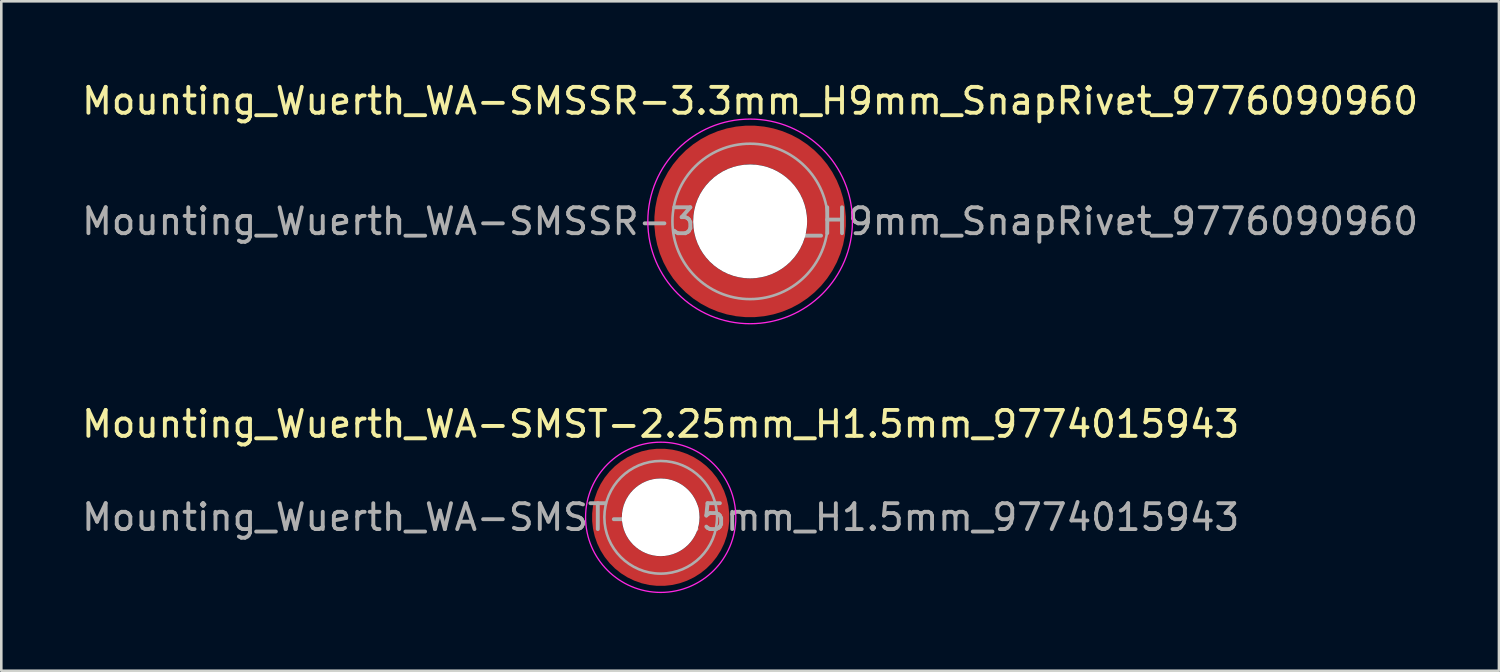
<source format=kicad_pcb>
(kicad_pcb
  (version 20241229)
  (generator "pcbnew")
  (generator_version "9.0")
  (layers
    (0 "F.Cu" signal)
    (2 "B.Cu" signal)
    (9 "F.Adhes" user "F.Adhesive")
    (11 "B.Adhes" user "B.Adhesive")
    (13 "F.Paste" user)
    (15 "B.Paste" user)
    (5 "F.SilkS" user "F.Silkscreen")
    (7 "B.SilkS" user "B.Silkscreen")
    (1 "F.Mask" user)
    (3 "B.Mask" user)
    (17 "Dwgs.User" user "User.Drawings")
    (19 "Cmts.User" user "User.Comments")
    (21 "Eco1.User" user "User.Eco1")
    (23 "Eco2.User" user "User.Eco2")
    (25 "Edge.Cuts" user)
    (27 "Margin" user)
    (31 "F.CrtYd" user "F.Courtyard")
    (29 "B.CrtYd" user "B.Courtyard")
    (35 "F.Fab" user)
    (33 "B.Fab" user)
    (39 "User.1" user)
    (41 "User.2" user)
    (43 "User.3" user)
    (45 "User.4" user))
  (footprint "Mounting_Wuerth_WA-SMST-2.25mm_H1.5mm_9774015943"
    (layer "F.Cu")
    (at 22.458 16.922)
    (property "Reference" "Mounting_Wuerth_WA-SMST-2.25mm_H1.5mm_9774015943" (at 0 -3.6 0) (layer "F.SilkS") (effects (font (size 1 1) (thickness 0.15))))
    (property "Mouser Part no." "" (at 0 0 0) (layer "F.Fab") (effects (font (size 1.27 1.27) (thickness 0.15))))
    (property "Mouser link" "" (at 0 0 0) (layer "F.Fab") (effects (font (size 1.27 1.27) (thickness 0.15))))
    (attr smd)
    (fp_circle (center 0 0) (end 2.9 0) (stroke (width 0.05) (type solid)) (fill no) (layer "F.CrtYd"))
    (fp_circle (center 0 0) (end 2.175 0) (stroke (width 0.1) (type solid)) (fill no) (layer "F.Fab"))
    (fp_text user "${REFERENCE}" (at 0 0 0) (layer "F.Fab") (effects (font (size 1 1) (thickness 0.15))))
    (pad "" smd custom (at -1.453 -1.453) (size 0.61 0.61) (layers "F.Paste") (options (anchor circle)) (primitives (gr_arc (start -0.147677 1.053104) (mid 0.285964 0.286792) (end 1.051968 -0.147393) (width 0.2)) (gr_arc (start -0.240295 1.053104) (mid 0.22253 0.222946) (end 1.052531 -0.24016) (width 0.2)) (gr_arc (start -0.332645 1.053104) (mid 0.158548 0.15965) (end 1.051583 -0.332304) (width 0.2)) (gr_arc (start -0.424767 1.053104) (mid 0.09486 0.096059) (end 1.051446 -0.424413) (width 0.2)) (gr_arc (start -0.516693 1.053104) (mid 0.031293 0.032346) (end 1.051645 -0.516396) (width 0.2)) (gr_arc (start -0.608448 1.053104) (mid -0.032323 -0.031316) (end 1.051707 -0.608176) (width 0.2)) (gr_arc (start -0.700056 1.053104) (mid -0.09616 -0.094758) (end 1.051155 -0.699693) (width 0.2)) (gr_arc (start -0.791534 1.053104) (mid -0.160388 -0.15781) (end 1.049515 -0.790891) (width 0.2)) (gr_arc (start -0.882896 1.053104) (mid -0.223713 -0.221764) (end 1.050388 -0.882429) (width 0.2)) (gr_arc (start -0.974157 1.053104) (mid -0.287654 -0.285101) (end 1.049541 -0.973567) (width 0.2)) (gr_line (start 1.053 -0.148) (end 1.053 -0.974) (width 0.2)) (gr_line (start -0.148 1.053) (end -0.974 1.053) (width 0.2))))
    (pad "" smd custom (at -1.453 1.453) (size 0.61 0.61) (layers "F.Paste") (options (anchor circle)) (primitives (gr_arc (start 1.053104 0.147677) (mid 0.286792 -0.285964) (end -0.147393 -1.051968) (width 0.2)) (gr_arc (start 1.053104 0.240295) (mid 0.222946 -0.22253) (end -0.24016 -1.052531) (width 0.2)) (gr_arc (start 1.053104 0.332645) (mid 0.15965 -0.158548) (end -0.332304 -1.051583) (width 0.2)) (gr_arc (start 1.053104 0.424767) (mid 0.096059 -0.09486) (end -0.424413 -1.051446) (width 0.2)) (gr_arc (start 1.053104 0.516693) (mid 0.032346 -0.031293) (end -0.516396 -1.051645) (width 0.2)) (gr_arc (start 1.053104 0.608448) (mid -0.031316 0.032323) (end -0.608176 -1.051707) (width 0.2)) (gr_arc (start 1.053104 0.700056) (mid -0.094758 0.09616) (end -0.699693 -1.051155) (width 0.2)) (gr_arc (start 1.053104 0.791534) (mid -0.15781 0.160388) (end -0.790891 -1.049515) (width 0.2)) (gr_arc (start 1.053104 0.882896) (mid -0.221764 0.223713) (end -0.882429 -1.050388) (width 0.2)) (gr_arc (start 1.053104 0.974157) (mid -0.285101 0.287654) (end -0.973567 -1.049541) (width 0.2)) (gr_line (start -0.148 -1.053) (end -0.974 -1.053) (width 0.2)) (gr_line (start 1.053 0.148) (end 1.053 0.974) (width 0.2))))
    (pad "" np_thru_hole circle (at 0 0) (size 3 3) (drill 3) (layers "*.Cu" "*.Mask"))
    (pad "" smd custom (at 1.453 -1.453) (size 0.61 0.61) (layers "F.Paste") (options (anchor circle)) (primitives (gr_arc (start -1.053104 -0.147677) (mid -0.286792 0.285964) (end 0.147393 1.051968) (width 0.2)) (gr_arc (start -1.053104 -0.240295) (mid -0.222946 0.22253) (end 0.24016 1.052531) (width 0.2)) (gr_arc (start -1.053104 -0.332645) (mid -0.15965 0.158548) (end 0.332304 1.051583) (width 0.2)) (gr_arc (start -1.053104 -0.424767) (mid -0.096059 0.09486) (end 0.424413 1.051446) (width 0.2)) (gr_arc (start -1.053104 -0.516693) (mid -0.032346 0.031293) (end 0.516396 1.051645) (width 0.2)) (gr_arc (start -1.053104 -0.608448) (mid 0.031316 -0.032323) (end 0.608176 1.051707) (width 0.2)) (gr_arc (start -1.053104 -0.700056) (mid 0.094758 -0.09616) (end 0.699693 1.051155) (width 0.2)) (gr_arc (start -1.053104 -0.791534) (mid 0.15781 -0.160388) (end 0.790891 1.049515) (width 0.2)) (gr_arc (start -1.053104 -0.882896) (mid 0.221764 -0.223713) (end 0.882429 1.050388) (width 0.2)) (gr_arc (start -1.053104 -0.974157) (mid 0.285101 -0.287654) (end 0.973567 1.049541) (width 0.2)) (gr_line (start 0.148 1.053) (end 0.974 1.053) (width 0.2)) (gr_line (start -1.053 -0.148) (end -1.053 -0.974) (width 0.2))))
    (pad "" smd custom (at 1.453 1.453) (size 0.61 0.61) (layers "F.Paste") (options (anchor circle)) (primitives (gr_arc (start 0.147677 -1.053104) (mid -0.285964 -0.286792) (end -1.051968 0.147393) (width 0.2)) (gr_arc (start 0.240295 -1.053104) (mid -0.22253 -0.222946) (end -1.052531 0.24016) (width 0.2)) (gr_arc (start 0.332645 -1.053104) (mid -0.158548 -0.15965) (end -1.051583 0.332304) (width 0.2)) (gr_arc (start 0.424767 -1.053104) (mid -0.09486 -0.096059) (end -1.051446 0.424413) (width 0.2)) (gr_arc (start 0.516693 -1.053104) (mid -0.031293 -0.032346) (end -1.051645 0.516396) (width 0.2)) (gr_arc (start 0.608448 -1.053104) (mid 0.032323 0.031316) (end -1.051707 0.608176) (width 0.2)) (gr_arc (start 0.700056 -1.053104) (mid 0.09616 0.094758) (end -1.051155 0.699693) (width 0.2)) (gr_arc (start 0.791534 -1.053104) (mid 0.160388 0.15781) (end -1.049515 0.790891) (width 0.2)) (gr_arc (start 0.882896 -1.053104) (mid 0.223713 0.221764) (end -1.050388 0.882429) (width 0.2)) (gr_arc (start 0.974157 -1.053104) (mid 0.287654 0.285101) (end -1.049541 0.973567) (width 0.2)) (gr_line (start -1.053 0.148) (end -1.053 0.974) (width 0.2)) (gr_line (start 0.148 -1.053) (end 0.974 -1.053) (width 0.2))))
    (pad "1" smd circle (at -2.075 0) (size 0.75 0.75) (layers "F.Cu"))
    (pad "1" smd circle (at 0 -2.075) (size 0.75 0.75) (layers "F.Cu"))
    (pad "1" smd circle (at 0 2.075) (size 0.75 0.75) (layers "F.Cu"))
    (pad "1" smd custom (at 2.075 0) (size 0.75 0.75) (layers "F.Cu" "F.Mask") (options (anchor circle)) (primitives (gr_circle (center -2.075 0) (end 0 0) (width 1.15) (fill no)))))
  (footprint "Mounting_Wuerth_WA-SMSSR-3.3mm_H9mm_SnapRivet_9776090960"
    (layer "F.Cu")
    (at 25.911 5.498)
    (property "Reference" "Mounting_Wuerth_WA-SMSSR-3.3mm_H9mm_SnapRivet_9776090960" (at 0 -4.65 0) (layer "F.SilkS") (effects (font (size 1 1) (thickness 0.15))))
    (property "Mouser Part no." "" (at 0 0 0) (layer "F.Fab") (effects (font (size 1.27 1.27) (thickness 0.15))))
    (property "Mouser link" "" (at 0 0 0) (layer "F.Fab") (effects (font (size 1.27 1.27) (thickness 0.15))))
    (attr smd)
    (fp_circle (center 0 0) (end 3.95 0) (stroke (width 0.05) (type solid)) (fill no) (layer "F.CrtYd"))
    (fp_circle (center 0 0) (end 3 0) (stroke (width 0.1) (type solid)) (fill no) (layer "F.Fab"))
    (fp_text user "${REFERENCE}" (at 0 0 0) (layer "F.Fab") (effects (font (size 1 1) (thickness 0.15))))
    (pad "" smd custom (at -2.077 -2.077) (size 0.995 0.995) (layers "F.Paste") (options (anchor circle)) (primitives (gr_arc (start -0.208831 1.577126) (mid 0.422144 0.422848) (end 1.576154 -0.208618) (width 0.2)) (gr_arc (start -0.310669 1.577126) (mid 0.35138 0.352781) (end 1.575188 -0.310262) (width 0.2)) (gr_arc (start -0.412325 1.577126) (mid 0.280305 0.283024) (end 1.573357 -0.411565) (width 0.2)) (gr_arc (start -0.51382 1.577126) (mid 0.210358 0.212139) (end 1.574653 -0.513342) (width 0.2)) (gr_arc (start -0.615172 1.577126) (mid 0.139846 0.141818) (end 1.574384 -0.614661) (width 0.2)) (gr_arc (start -0.716397 1.577126) (mid 0.070334 0.070498) (end 1.576898 -0.716356) (width 0.2)) (gr_arc (start -0.817508 1.577126) (mid -0.001805 0.001806) (end 1.572094 -0.816634) (width 0.2)) (gr_arc (start -0.918517 1.577126) (mid -0.071322 -0.06951) (end 1.574599 -0.918094) (width 0.2)) (gr_arc (start -1.019433 1.577126) (mid -0.141902 -0.139762) (end 1.574138 -1.018949) (width 0.2)) (gr_arc (start -1.120266 1.577126) (mid -0.211736 -0.210761) (end 1.575763 -1.120053) (width 0.2)) (gr_arc (start -1.221022 1.577126) (mid -0.282882 -0.280446) (end 1.57372 -1.220504) (width 0.2)) (gr_arc (start -1.32171 1.577126) (mid -0.353407 -0.350753) (end 1.573414 -1.321162) (width 0.2)) (gr_arc (start -1.422335 1.577126) (mid -0.423311 -0.421682) (end 1.574846 -1.422009) (width 0.2)) (gr_line (start 1.577 -0.209) (end 1.577 -1.422) (width 0.2)) (gr_line (start -0.209 1.577) (end -1.422 1.577) (width 0.2))))
    (pad "" smd custom (at -2.077 2.077) (size 0.995 0.995) (layers "F.Paste") (options (anchor circle)) (primitives (gr_arc (start 1.577126 0.208831) (mid 0.422848 -0.422144) (end -0.208618 -1.576154) (width 0.2)) (gr_arc (start 1.577126 0.310669) (mid 0.352781 -0.35138) (end -0.310262 -1.575188) (width 0.2)) (gr_arc (start 1.577126 0.412325) (mid 0.283024 -0.280305) (end -0.411565 -1.573357) (width 0.2)) (gr_arc (start 1.577126 0.51382) (mid 0.212139 -0.210358) (end -0.513342 -1.574653) (width 0.2)) (gr_arc (start 1.577126 0.615172) (mid 0.141818 -0.139846) (end -0.614661 -1.574384) (width 0.2)) (gr_arc (start 1.577126 0.716397) (mid 0.070498 -0.070334) (end -0.716356 -1.576898) (width 0.2)) (gr_arc (start 1.577126 0.817508) (mid 0.001806 0.001805) (end -0.816634 -1.572094) (width 0.2)) (gr_arc (start 1.577126 0.918517) (mid -0.06951 0.071322) (end -0.918094 -1.574599) (width 0.2)) (gr_arc (start 1.577126 1.019433) (mid -0.139762 0.141902) (end -1.018949 -1.574138) (width 0.2)) (gr_arc (start 1.577126 1.120266) (mid -0.210761 0.211736) (end -1.120053 -1.575763) (width 0.2)) (gr_arc (start 1.577126 1.221022) (mid -0.280446 0.282882) (end -1.220504 -1.57372) (width 0.2)) (gr_arc (start 1.577126 1.32171) (mid -0.350753 0.353407) (end -1.321162 -1.573414) (width 0.2)) (gr_arc (start 1.577126 1.422335) (mid -0.421682 0.423311) (end -1.422009 -1.574846) (width 0.2)) (gr_line (start -0.209 -1.577) (end -1.422 -1.577) (width 0.2)) (gr_line (start 1.577 0.209) (end 1.577 1.422) (width 0.2))))
    (pad "" np_thru_hole circle (at 0 0) (size 4.4 4.4) (drill 4.4) (layers "*.Cu" "*.Mask"))
    (pad "" smd custom (at 2.077 -2.077) (size 0.995 0.995) (layers "F.Paste") (options (anchor circle)) (primitives (gr_arc (start -1.577126 -0.208831) (mid -0.422848 0.422144) (end 0.208618 1.576154) (width 0.2)) (gr_arc (start -1.577126 -0.310669) (mid -0.352781 0.35138) (end 0.310262 1.575188) (width 0.2)) (gr_arc (start -1.577126 -0.412325) (mid -0.283024 0.280305) (end 0.411565 1.573357) (width 0.2)) (gr_arc (start -1.577126 -0.51382) (mid -0.212139 0.210358) (end 0.513342 1.574653) (width 0.2)) (gr_arc (start -1.577126 -0.615172) (mid -0.141818 0.139846) (end 0.614661 1.574384) (width 0.2)) (gr_arc (start -1.577126 -0.716397) (mid -0.070498 0.070334) (end 0.716356 1.576898) (width 0.2)) (gr_arc (start -1.577126 -0.817508) (mid -0.001806 -0.001805) (end 0.816634 1.572094) (width 0.2)) (gr_arc (start -1.577126 -0.918517) (mid 0.06951 -0.071322) (end 0.918094 1.574599) (width 0.2)) (gr_arc (start -1.577126 -1.019433) (mid 0.139762 -0.141902) (end 1.018949 1.574138) (width 0.2)) (gr_arc (start -1.577126 -1.120266) (mid 0.210761 -0.211736) (end 1.120053 1.575763) (width 0.2)) (gr_arc (start -1.577126 -1.221022) (mid 0.280446 -0.282882) (end 1.220504 1.57372) (width 0.2)) (gr_arc (start -1.577126 -1.32171) (mid 0.350753 -0.353407) (end 1.321162 1.573414) (width 0.2)) (gr_arc (start -1.577126 -1.422335) (mid 0.421682 -0.423311) (end 1.422009 1.574846) (width 0.2)) (gr_line (start 0.209 1.577) (end 1.422 1.577) (width 0.2)) (gr_line (start -1.577 -0.209) (end -1.577 -1.422) (width 0.2))))
    (pad "" smd custom (at 2.077 2.077) (size 0.995 0.995) (layers "F.Paste") (options (anchor circle)) (primitives (gr_arc (start 0.208831 -1.577126) (mid -0.422144 -0.422848) (end -1.576154 0.208618) (width 0.2)) (gr_arc (start 0.310669 -1.577126) (mid -0.35138 -0.352781) (end -1.575188 0.310262) (width 0.2)) (gr_arc (start 0.412325 -1.577126) (mid -0.280305 -0.283024) (end -1.573357 0.411565) (width 0.2)) (gr_arc (start 0.51382 -1.577126) (mid -0.210358 -0.212139) (end -1.574653 0.513342) (width 0.2)) (gr_arc (start 0.615172 -1.577126) (mid -0.139846 -0.141818) (end -1.574384 0.614661) (width 0.2)) (gr_arc (start 0.716397 -1.577126) (mid -0.070334 -0.070498) (end -1.576898 0.716356) (width 0.2)) (gr_arc (start 0.817508 -1.577126) (mid 0.001805 -0.001806) (end -1.572094 0.816634) (width 0.2)) (gr_arc (start 0.918517 -1.577126) (mid 0.071322 0.06951) (end -1.574599 0.918094) (width 0.2)) (gr_arc (start 1.019433 -1.577126) (mid 0.141902 0.139762) (end -1.574138 1.018949) (width 0.2)) (gr_arc (start 1.120266 -1.577126) (mid 0.211736 0.210761) (end -1.575763 1.120053) (width 0.2)) (gr_arc (start 1.221022 -1.577126) (mid 0.282882 0.280446) (end -1.57372 1.220504) (width 0.2)) (gr_arc (start 1.32171 -1.577126) (mid 0.353407 0.350753) (end -1.573414 1.321162) (width 0.2)) (gr_arc (start 1.422335 -1.577126) (mid 0.423311 0.421682) (end -1.574846 1.422009) (width 0.2)) (gr_line (start -1.577 0.209) (end -1.577 1.422) (width 0.2)) (gr_line (start 0.209 -1.577) (end 1.422 -1.577) (width 0.2))))
    (pad "1" smd circle (at -2.95 0) (size 1.1 1.1) (layers "F.Cu"))
    (pad "1" smd circle (at 0 -2.95) (size 1.1 1.1) (layers "F.Cu"))
    (pad "1" smd circle (at 0 2.95) (size 1.1 1.1) (layers "F.Cu"))
    (pad "1" smd custom (at 2.95 0) (size 1.1 1.1) (layers "F.Cu" "F.Mask") (options (anchor circle)) (primitives (gr_circle (center -2.95 0) (end 0 0) (width 1.5) (fill no)))))
  (gr_rect
    (start -3 -3)
    (end 54.821 22.846)
    (stroke (width 0.1) (type default))
    (fill no)
    (layer "Edge.Cuts")))
</source>
